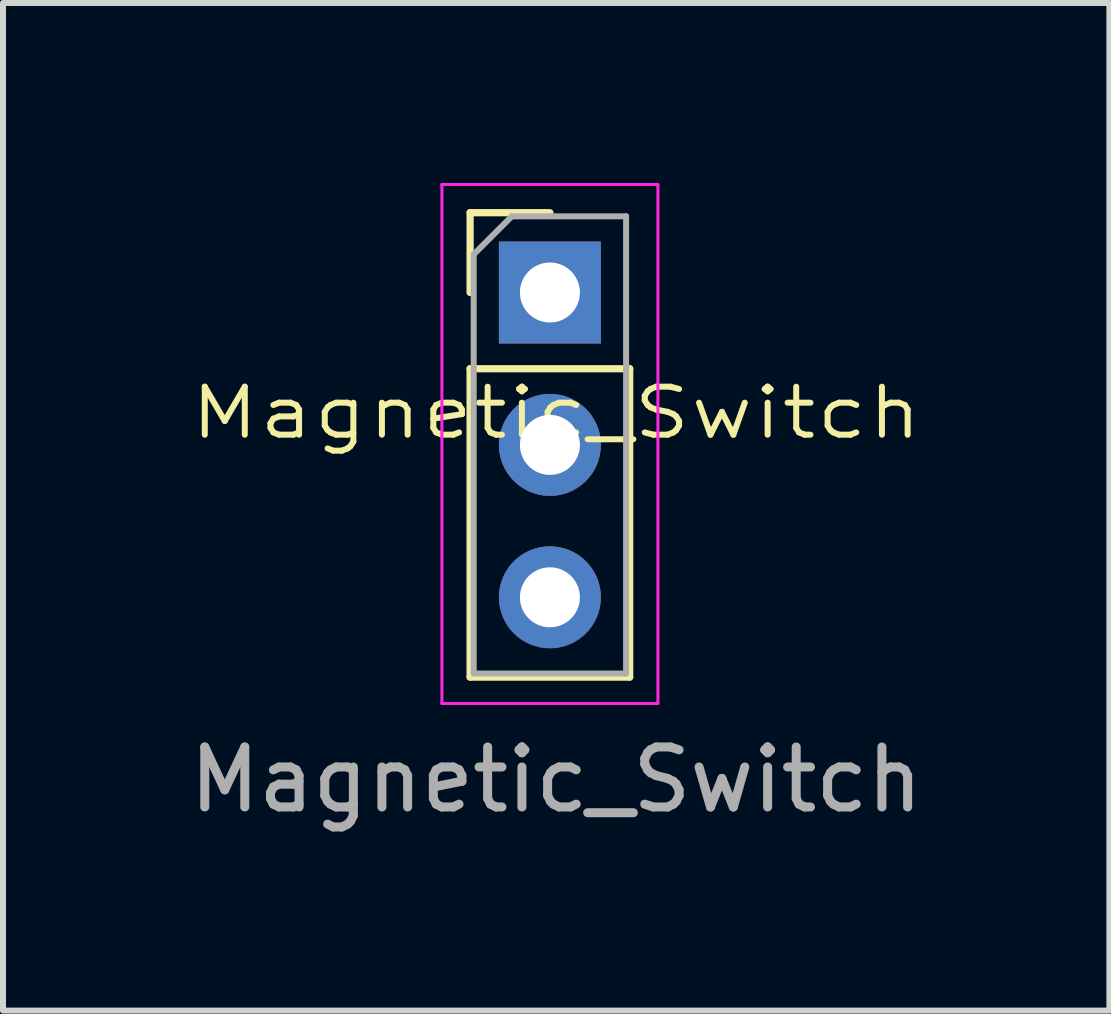
<source format=kicad_pcb>
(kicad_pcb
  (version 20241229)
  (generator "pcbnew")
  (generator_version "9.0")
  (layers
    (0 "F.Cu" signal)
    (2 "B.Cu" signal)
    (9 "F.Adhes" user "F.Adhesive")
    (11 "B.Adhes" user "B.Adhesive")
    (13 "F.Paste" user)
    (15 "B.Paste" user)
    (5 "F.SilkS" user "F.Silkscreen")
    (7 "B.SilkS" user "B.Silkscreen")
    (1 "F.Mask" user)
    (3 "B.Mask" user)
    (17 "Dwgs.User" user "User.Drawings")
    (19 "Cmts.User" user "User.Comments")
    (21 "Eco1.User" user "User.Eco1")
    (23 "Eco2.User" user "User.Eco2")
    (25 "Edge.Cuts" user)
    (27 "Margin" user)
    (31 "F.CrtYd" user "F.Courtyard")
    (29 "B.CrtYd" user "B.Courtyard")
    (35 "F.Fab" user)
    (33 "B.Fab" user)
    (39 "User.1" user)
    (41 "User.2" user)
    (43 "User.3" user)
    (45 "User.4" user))
  (footprint "Magnetic_Switch"
    (layer "F.Cu")
    (at 6.22 4.23)
    (property "Reference" "Magnetic_Switch" (at 0 -0.4 0) (unlocked yes) (layer "F.SilkS") (effects (font (size 0.8 1) (thickness 0.1))))
    (attr smd)
    (fp_line (start -1.435 -3.735) (end -0.105 -3.735) (stroke (width 0.12) (type solid)) (layer "F.SilkS"))
    (fp_line (start -1.435 -2.405) (end -1.435 -3.735) (stroke (width 0.12) (type solid)) (layer "F.SilkS"))
    (fp_line (start -1.435 -1.135) (end -1.435 4.005) (stroke (width 0.12) (type solid)) (layer "F.SilkS"))
    (fp_line (start -1.435 -1.135) (end 1.225 -1.135) (stroke (width 0.12) (type solid)) (layer "F.SilkS"))
    (fp_line (start -1.435 4.005) (end 1.225 4.005) (stroke (width 0.12) (type solid)) (layer "F.SilkS"))
    (fp_line (start 1.225 -1.135) (end 1.225 4.005) (stroke (width 0.12) (type solid)) (layer "F.SilkS"))
    (fp_line (start -1.905 -4.205) (end -1.905 4.445) (stroke (width 0.05) (type solid)) (layer "F.CrtYd"))
    (fp_line (start -1.905 4.445) (end 1.695 4.445) (stroke (width 0.05) (type solid)) (layer "F.CrtYd"))
    (fp_line (start 1.695 -4.205) (end -1.905 -4.205) (stroke (width 0.05) (type solid)) (layer "F.CrtYd"))
    (fp_line (start 1.695 4.445) (end 1.695 -4.205) (stroke (width 0.05) (type solid)) (layer "F.CrtYd"))
    (fp_line (start -1.375 -3.04) (end -0.74 -3.675) (stroke (width 0.1) (type solid)) (layer "F.Fab"))
    (fp_line (start -1.375 3.945) (end -1.375 -3.04) (stroke (width 0.1) (type solid)) (layer "F.Fab"))
    (fp_line (start -0.74 -3.675) (end 1.165 -3.675) (stroke (width 0.1) (type solid)) (layer "F.Fab"))
    (fp_line (start 1.165 -3.675) (end 1.165 3.945) (stroke (width 0.1) (type solid)) (layer "F.Fab"))
    (fp_line (start 1.165 3.945) (end -1.375 3.945) (stroke (width 0.1) (type solid)) (layer "F.Fab"))
    (fp_text user "${REFERENCE}" (at 0 5.715 0) (unlocked yes) (layer "F.Fab") (effects (font (size 1 1) (thickness 0.15))))
    (pad "1" thru_hole rect (at -0.105 -2.405) (size 1.7 1.7) (drill 1) (layers "*.Cu" "*.Mask"))
    (pad "2" thru_hole oval (at -0.105 0.135) (size 1.7 1.7) (drill 1) (layers "*.Cu" "*.Mask"))
    (pad "3" thru_hole oval (at -0.105 2.675) (size 1.7 1.7) (drill 1) (layers "*.Cu" "*.Mask")))
  (gr_rect
    (start -3 -3)
    (end 15.44 13.793)
    (stroke (width 0.1) (type default))
    (fill no)
    (layer "Edge.Cuts")))
</source>
